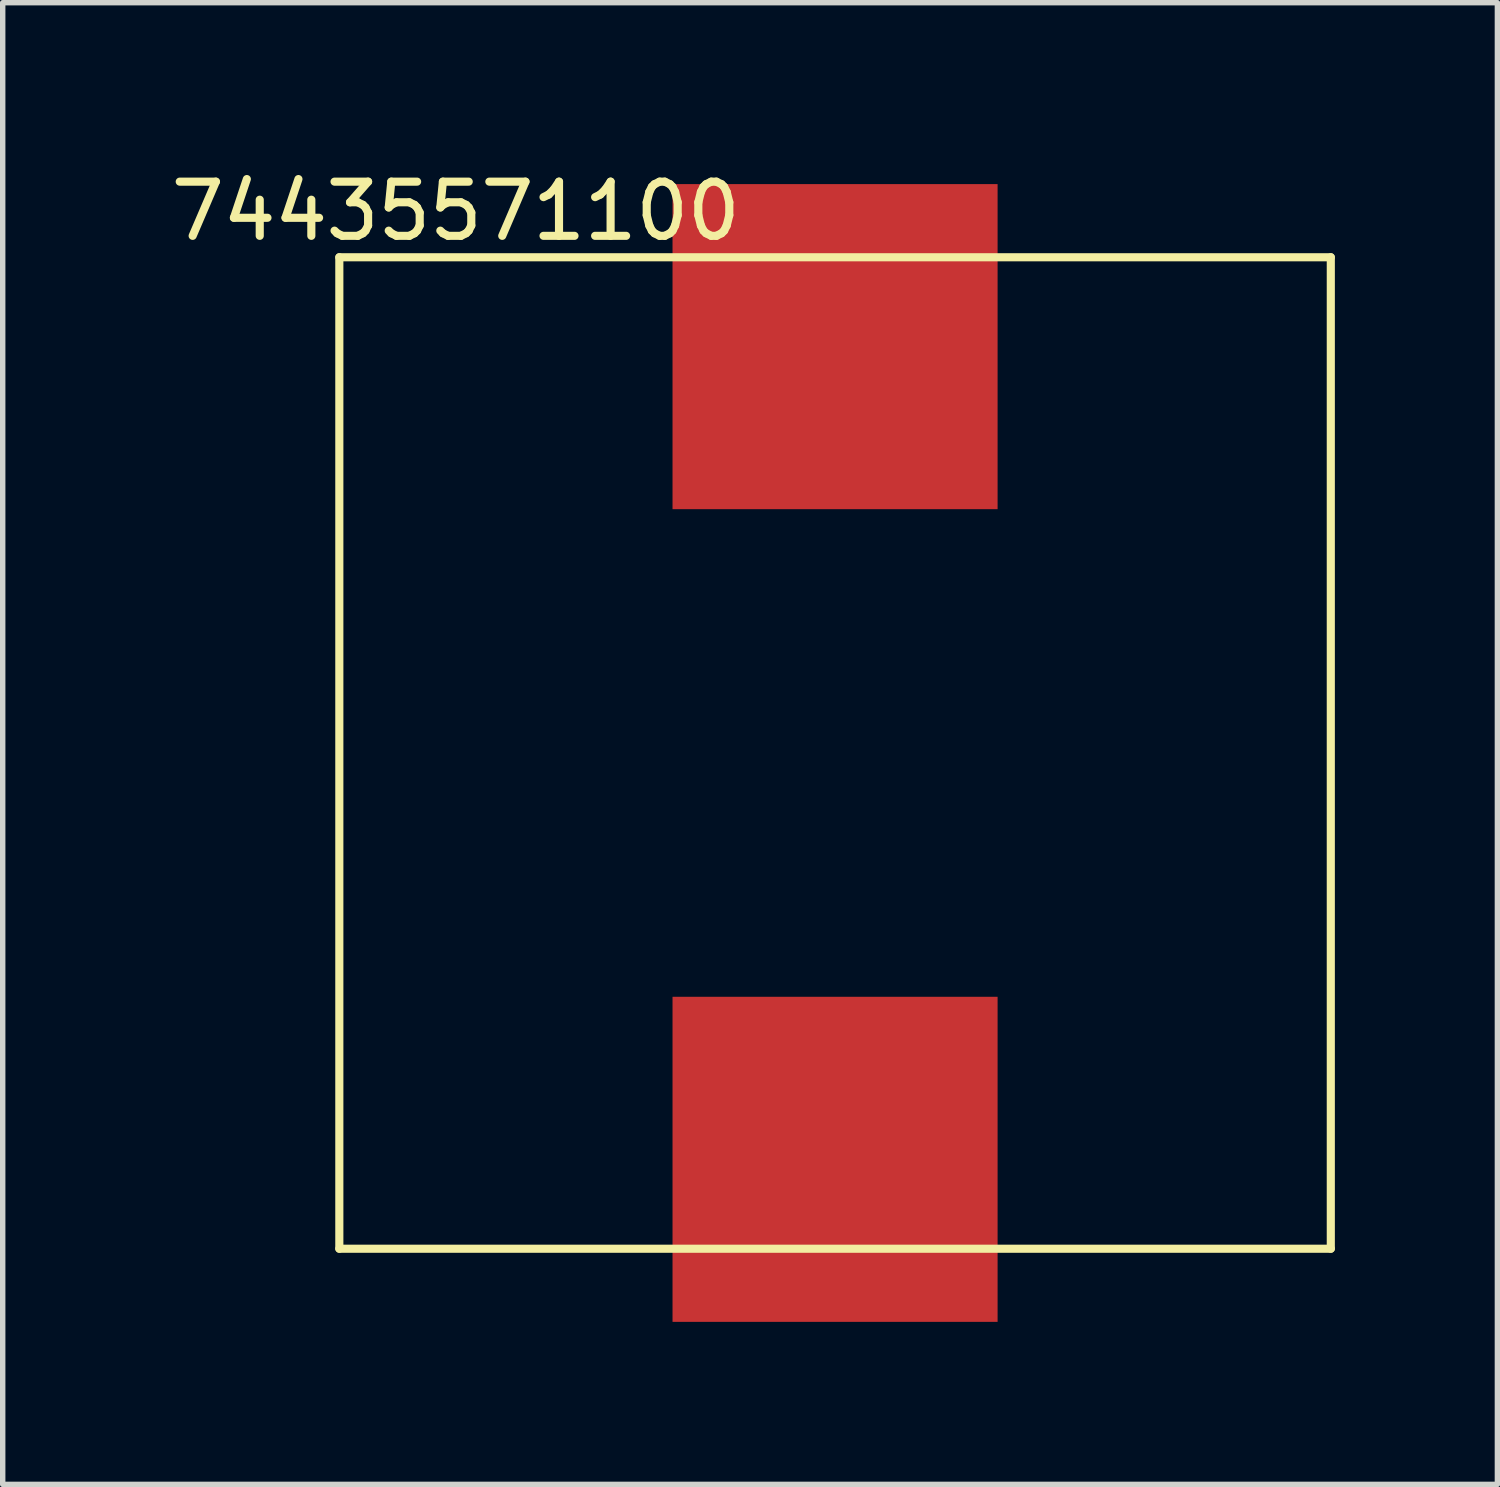
<source format=kicad_pcb>
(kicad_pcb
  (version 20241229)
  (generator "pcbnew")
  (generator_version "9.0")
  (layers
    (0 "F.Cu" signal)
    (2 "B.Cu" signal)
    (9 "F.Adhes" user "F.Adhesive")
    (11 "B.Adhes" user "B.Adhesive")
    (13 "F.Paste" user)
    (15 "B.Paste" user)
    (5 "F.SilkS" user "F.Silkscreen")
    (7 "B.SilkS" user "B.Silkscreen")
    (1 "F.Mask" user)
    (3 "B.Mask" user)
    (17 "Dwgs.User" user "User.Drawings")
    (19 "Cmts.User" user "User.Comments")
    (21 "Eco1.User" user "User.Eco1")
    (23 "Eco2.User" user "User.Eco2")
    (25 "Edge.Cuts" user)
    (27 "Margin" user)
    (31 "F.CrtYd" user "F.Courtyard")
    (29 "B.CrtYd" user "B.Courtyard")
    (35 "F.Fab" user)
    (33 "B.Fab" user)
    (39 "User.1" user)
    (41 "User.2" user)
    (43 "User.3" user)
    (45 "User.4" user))
  (footprint "74435571100"
    (layer "F.Cu")
    (at 12.363 10.848)
    (property "Reference" "74435571100" (at -7 -10 0) (layer "F.SilkS") (effects (font (size 1 1) (thickness 0.15))))
    (attr through_hole)
    (fp_line (start -9.15 -9.15) (end -9.15 9.15) (stroke (width 0.15) (type solid)) (layer "F.SilkS"))
    (fp_line (start -9.15 -9.15) (end 9.15 -9.15) (stroke (width 0.15) (type solid)) (layer "F.SilkS"))
    (fp_line (start 9.15 -9.15) (end 9.15 9.15) (stroke (width 0.15) (type solid)) (layer "F.SilkS"))
    (fp_line (start 9.15 9.15) (end -9.15 9.15) (stroke (width 0.15) (type solid)) (layer "F.SilkS"))
    (pad "1" smd rect (at 0 -7.5) (size 6 6) (layers "F.Cu" "F.Mask" "F.Paste"))
    (pad "2" smd rect (at 0 7.5) (size 6 6) (layers "F.Cu" "F.Mask" "F.Paste")))
  (gr_rect
    (start -3 -3)
    (end 24.588 24.348)
    (stroke (width 0.1) (type default))
    (fill no)
    (layer "Edge.Cuts")))
</source>
